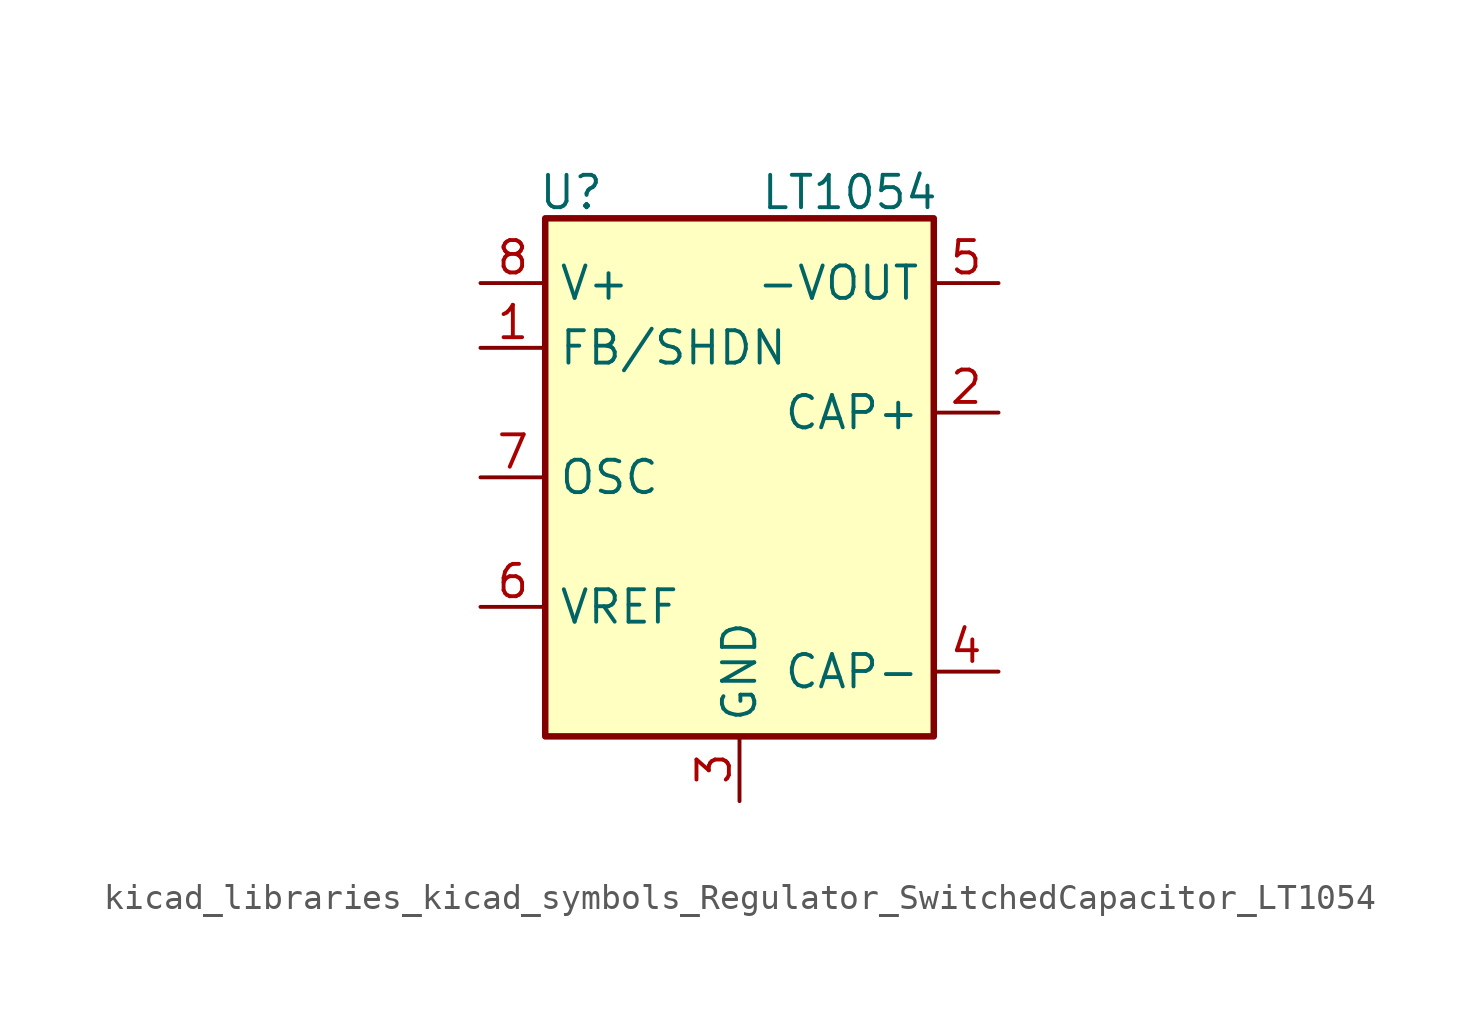
<source format=kicad_sym>
(kicad_symbol_lib
  (version 20220914)
  (generator kicad_symbol_editor)
  (symbol "kicad_libraries_kicad_symbols_Regulator_SwitchedCapacitor_LT1054"
    (property "Reference" "U"
      (at -6.604 11.176 0)
      (effects (font (size 1.27 1.27))))
    (property "Value" "LT1054"
      (at 4.318 11.176 0)
      (effects (font (size 1.27 1.27))))
    (symbol "kicad_libraries_kicad_symbols_Regulator_SwitchedCapacitor_LT1054_0_1"
      (rectangle (start -7.62 10.16) (end 7.62 -10.16) (stroke (width 0.254) (type default)) (fill (type background))))
    (symbol "kicad_libraries_kicad_symbols_Regulator_SwitchedCapacitor_LT1054_1_1"
      (pin input line (at -10.16 5.08 0) (length 2.54) (name "FB/SHDN" (effects (font (size 1.27 1.27)))) (number "1" (effects (font (size 1.27 1.27)))))
      (pin input line (at 10.16 2.54 180) (length 2.54) (name "CAP+" (effects (font (size 1.27 1.27)))) (number "2" (effects (font (size 1.27 1.27)))))
      (pin power_in line (at 0 -12.7 90) (length 2.54) (name "GND" (effects (font (size 1.27 1.27)))) (number "3" (effects (font (size 1.27 1.27)))))
      (pin input line (at 10.16 -7.62 180) (length 2.54) (name "CAP-" (effects (font (size 1.27 1.27)))) (number "4" (effects (font (size 1.27 1.27)))))
      (pin power_out line (at 10.16 7.62 180) (length 2.54) (name "-VOUT" (effects (font (size 1.27 1.27)))) (number "5" (effects (font (size 1.27 1.27)))))
      (pin output line (at -10.16 -5.08 0) (length 2.54) (name "VREF" (effects (font (size 1.27 1.27)))) (number "6" (effects (font (size 1.27 1.27)))))
      (pin input line (at -10.16 0 0) (length 2.54) (name "OSC" (effects (font (size 1.27 1.27)))) (number "7" (effects (font (size 1.27 1.27)))))
      (pin power_in line (at -10.16 7.62 0) (length 2.54) (name "V+" (effects (font (size 1.27 1.27)))) (number "8" (effects (font (size 1.27 1.27))))))))
</source>
